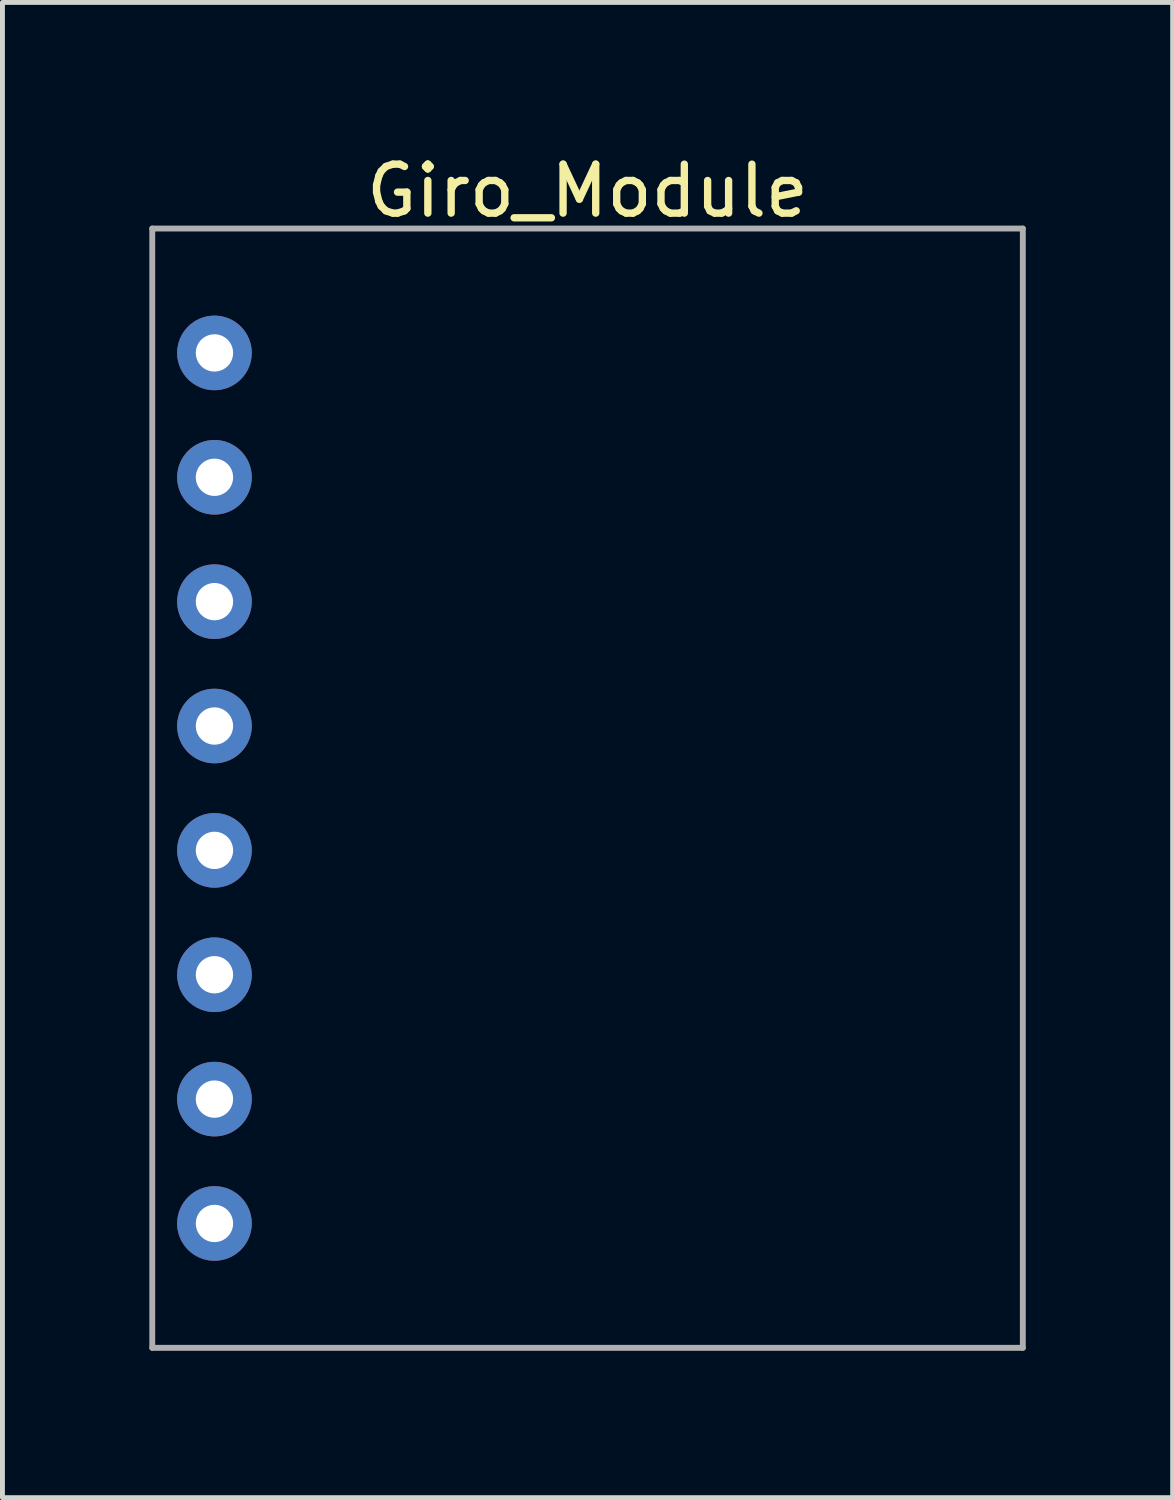
<source format=kicad_pcb>
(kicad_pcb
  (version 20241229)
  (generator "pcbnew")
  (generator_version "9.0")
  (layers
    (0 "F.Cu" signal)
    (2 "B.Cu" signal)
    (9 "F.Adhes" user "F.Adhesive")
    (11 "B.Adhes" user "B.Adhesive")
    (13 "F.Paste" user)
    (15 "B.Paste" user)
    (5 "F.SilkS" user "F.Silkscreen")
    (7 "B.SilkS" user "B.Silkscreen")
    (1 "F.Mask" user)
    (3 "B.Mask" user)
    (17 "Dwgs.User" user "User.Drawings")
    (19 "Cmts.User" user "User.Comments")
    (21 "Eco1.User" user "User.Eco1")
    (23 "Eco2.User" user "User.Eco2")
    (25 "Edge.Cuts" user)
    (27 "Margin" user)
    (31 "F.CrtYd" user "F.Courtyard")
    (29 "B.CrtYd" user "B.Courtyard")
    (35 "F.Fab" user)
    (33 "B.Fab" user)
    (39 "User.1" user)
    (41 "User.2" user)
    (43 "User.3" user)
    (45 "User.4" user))
  (footprint "Giro_Module"
    (layer "F.Cu")
    (at 1.33 0.348)
    (property "Reference" "Giro_Module" (at 7.62 0.5 0) (layer "F.SilkS") (effects (font (size 1 1) (thickness 0.15))))
    (attr through_hole)
    (fp_circle (center 13.97 3.81) (end 13.97 5.08) (stroke (width 0.12) (type solid)) (fill no) (layer "Eco2.User"))
    (fp_line (start -1.27 1.27) (end -1.27 24.13) (stroke (width 0.12) (type solid)) (layer "F.Fab"))
    (fp_line (start -1.27 24.13) (end 16.51 24.13) (stroke (width 0.12) (type solid)) (layer "F.Fab"))
    (fp_line (start 16.51 1.27) (end -1.27 1.27) (stroke (width 0.12) (type solid)) (layer "F.Fab"))
    (fp_line (start 16.51 24.13) (end 16.51 1.27) (stroke (width 0.12) (type solid)) (layer "F.Fab"))
    (pad "1" thru_hole circle (at 0 3.81) (size 1.524 1.524) (drill 0.762) (layers "*.Cu" "*.Mask"))
    (pad "2" thru_hole circle (at 0 6.35) (size 1.524 1.524) (drill 0.762) (layers "*.Cu" "*.Mask"))
    (pad "3" thru_hole circle (at 0 8.89) (size 1.524 1.524) (drill 0.762) (layers "*.Cu" "*.Mask"))
    (pad "4" thru_hole circle (at 0 11.43) (size 1.524 1.524) (drill 0.762) (layers "*.Cu" "*.Mask"))
    (pad "5" thru_hole circle (at 0 13.97) (size 1.524 1.524) (drill 0.762) (layers "*.Cu" "*.Mask"))
    (pad "6" thru_hole circle (at 0 16.51) (size 1.524 1.524) (drill 0.762) (layers "*.Cu" "*.Mask"))
    (pad "7" thru_hole circle (at 0 19.05) (size 1.524 1.524) (drill 0.762) (layers "*.Cu" "*.Mask"))
    (pad "8" thru_hole circle (at 0 21.59) (size 1.524 1.524) (drill 0.762) (layers "*.Cu" "*.Mask")))
  (gr_rect
    (start -3 -3)
    (end 20.9 27.538)
    (stroke (width 0.1) (type default))
    (fill no)
    (layer "Edge.Cuts")))
</source>
